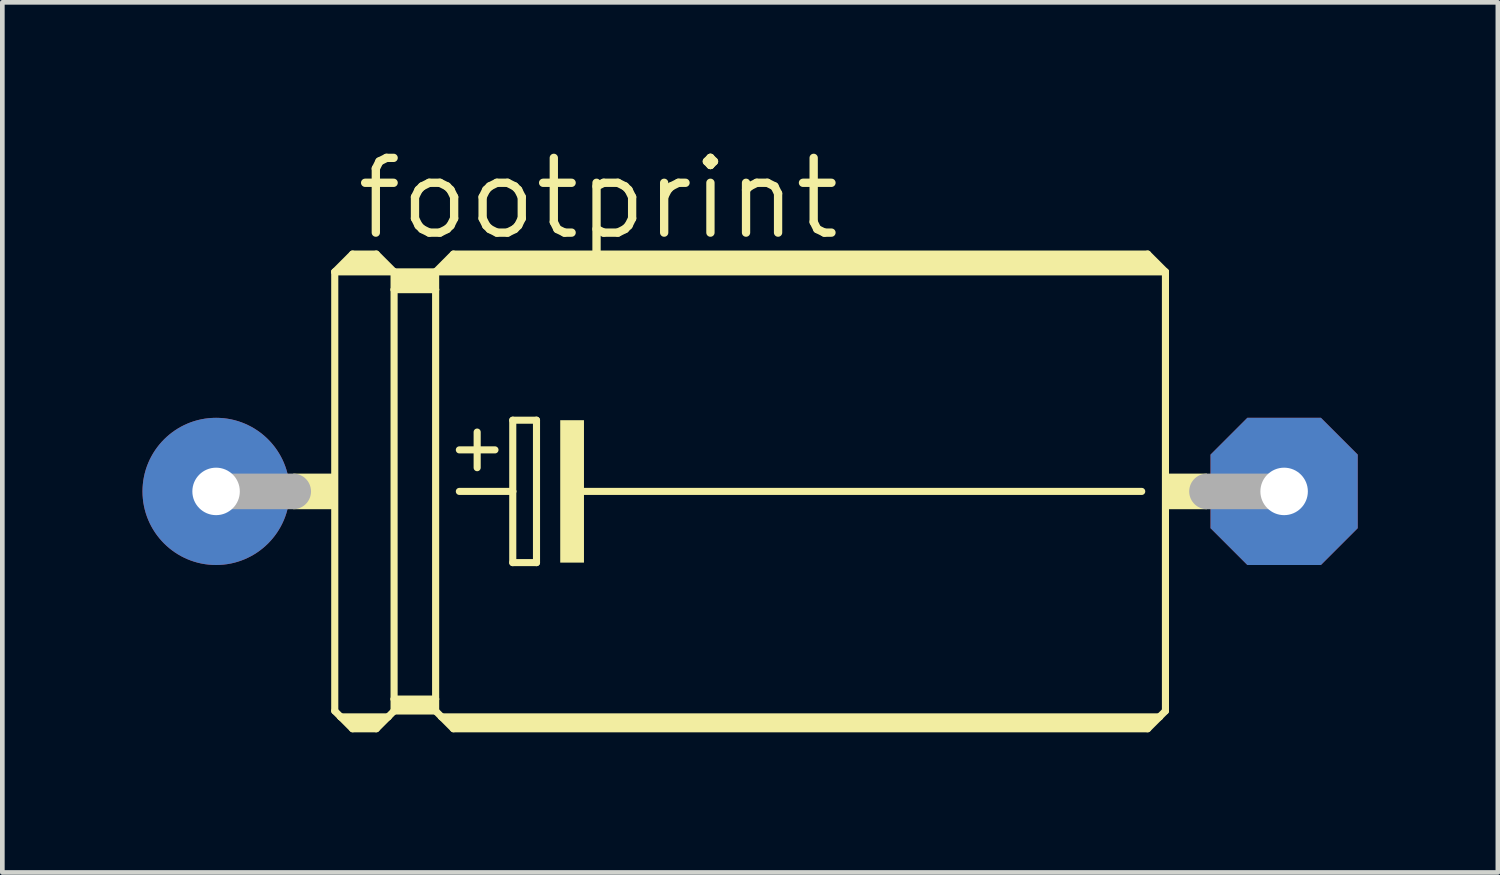
<source format=kicad_pcb>
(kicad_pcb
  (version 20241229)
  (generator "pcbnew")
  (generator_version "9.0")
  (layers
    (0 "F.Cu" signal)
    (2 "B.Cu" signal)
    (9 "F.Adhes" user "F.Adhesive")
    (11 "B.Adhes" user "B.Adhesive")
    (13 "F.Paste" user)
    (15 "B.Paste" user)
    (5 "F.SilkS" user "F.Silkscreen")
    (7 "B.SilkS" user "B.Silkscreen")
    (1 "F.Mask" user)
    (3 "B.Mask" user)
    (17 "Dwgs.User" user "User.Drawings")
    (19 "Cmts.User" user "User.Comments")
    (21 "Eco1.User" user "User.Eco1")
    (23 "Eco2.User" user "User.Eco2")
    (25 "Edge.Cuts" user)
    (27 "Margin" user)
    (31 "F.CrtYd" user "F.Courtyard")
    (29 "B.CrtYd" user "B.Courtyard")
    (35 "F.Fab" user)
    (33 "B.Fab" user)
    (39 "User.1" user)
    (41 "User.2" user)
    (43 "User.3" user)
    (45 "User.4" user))
  (footprint "footprint"
    (layer "F.Cu")
    (at 13.005 7.468)
    (property "Reference" "footprint" (at -8.509 -5.334 0) (layer "F.SilkS") (effects (font (size 1.6 1.6) (thickness 0.178)) (justify left bottom)))
    (fp_line (start -8.89 -4.699) (end -8.89 4.699) (stroke (width 0.152) (type solid)) (layer "F.SilkS"))
    (fp_line (start -8.89 -4.699) (end -8.509 -5.08) (stroke (width 0.152) (type solid)) (layer "F.SilkS"))
    (fp_line (start -8.89 -4.699) (end -7.62 -4.699) (stroke (width 0.152) (type solid)) (layer "F.SilkS"))
    (fp_line (start -8.89 4.699) (end -8.763 4.826) (stroke (width 0.152) (type solid)) (layer "F.SilkS"))
    (fp_line (start -8.763 4.826) (end -8.509 5.08) (stroke (width 0.152) (type solid)) (layer "F.SilkS"))
    (fp_line (start -8.763 4.826) (end -7.747 4.826) (stroke (width 0.152) (type solid)) (layer "F.SilkS"))
    (fp_line (start -8.636 -4.826) (end -7.874 -4.826) (stroke (width 0.305) (type solid)) (layer "F.SilkS"))
    (fp_line (start -8.509 -5.08) (end -8.001 -5.08) (stroke (width 0.152) (type solid)) (layer "F.SilkS"))
    (fp_line (start -8.509 -4.953) (end -8.001 -4.953) (stroke (width 0.305) (type solid)) (layer "F.SilkS"))
    (fp_line (start -8.509 4.953) (end -8.001 4.953) (stroke (width 0.254) (type solid)) (layer "F.SilkS"))
    (fp_line (start -8.509 5.08) (end -8.001 5.08) (stroke (width 0.152) (type solid)) (layer "F.SilkS"))
    (fp_line (start -7.747 4.826) (end -8.001 5.08) (stroke (width 0.152) (type solid)) (layer "F.SilkS"))
    (fp_line (start -7.62 -4.699) (end -8.001 -5.08) (stroke (width 0.152) (type solid)) (layer "F.SilkS"))
    (fp_line (start -7.62 -4.699) (end -7.62 -4.318) (stroke (width 0.152) (type solid)) (layer "F.SilkS"))
    (fp_line (start -7.62 -4.699) (end -6.731 -4.699) (stroke (width 0.152) (type solid)) (layer "F.SilkS"))
    (fp_line (start -7.62 -4.318) (end -6.731 -4.318) (stroke (width 0.152) (type solid)) (layer "F.SilkS"))
    (fp_line (start -7.62 4.445) (end -7.62 -4.318) (stroke (width 0.152) (type solid)) (layer "F.SilkS"))
    (fp_line (start -7.62 4.445) (end -6.731 4.445) (stroke (width 0.152) (type solid)) (layer "F.SilkS"))
    (fp_line (start -7.62 4.699) (end -7.747 4.826) (stroke (width 0.152) (type solid)) (layer "F.SilkS"))
    (fp_line (start -7.62 4.699) (end -7.62 4.445) (stroke (width 0.152) (type solid)) (layer "F.SilkS"))
    (fp_line (start -7.62 4.699) (end -6.731 4.699) (stroke (width 0.152) (type solid)) (layer "F.SilkS"))
    (fp_line (start -7.493 -4.572) (end -6.858 -4.572) (stroke (width 0.305) (type solid)) (layer "F.SilkS"))
    (fp_line (start -7.493 -4.445) (end -6.858 -4.445) (stroke (width 0.305) (type solid)) (layer "F.SilkS"))
    (fp_line (start -7.493 4.572) (end -6.858 4.572) (stroke (width 0.254) (type solid)) (layer "F.SilkS"))
    (fp_line (start -6.731 -4.699) (end -6.731 -4.318) (stroke (width 0.152) (type solid)) (layer "F.SilkS"))
    (fp_line (start -6.731 -4.699) (end 8.89 -4.699) (stroke (width 0.152) (type solid)) (layer "F.SilkS"))
    (fp_line (start -6.731 -4.318) (end -6.731 4.445) (stroke (width 0.152) (type solid)) (layer "F.SilkS"))
    (fp_line (start -6.731 4.445) (end -6.731 4.699) (stroke (width 0.152) (type solid)) (layer "F.SilkS"))
    (fp_line (start -6.604 4.826) (end -6.731 4.699) (stroke (width 0.152) (type solid)) (layer "F.SilkS"))
    (fp_line (start -6.604 4.826) (end 8.763 4.826) (stroke (width 0.152) (type solid)) (layer "F.SilkS"))
    (fp_line (start -6.477 -4.826) (end 8.636 -4.826) (stroke (width 0.305) (type solid)) (layer "F.SilkS"))
    (fp_line (start -6.35 -5.08) (end -6.731 -4.699) (stroke (width 0.152) (type solid)) (layer "F.SilkS"))
    (fp_line (start -6.35 -5.08) (end 8.509 -5.08) (stroke (width 0.152) (type solid)) (layer "F.SilkS"))
    (fp_line (start -6.35 -4.953) (end 8.509 -4.953) (stroke (width 0.305) (type solid)) (layer "F.SilkS"))
    (fp_line (start -6.35 4.953) (end 8.509 4.953) (stroke (width 0.254) (type solid)) (layer "F.SilkS"))
    (fp_line (start -6.35 5.08) (end -6.604 4.826) (stroke (width 0.152) (type solid)) (layer "F.SilkS"))
    (fp_line (start -6.35 5.08) (end 8.509 5.08) (stroke (width 0.152) (type solid)) (layer "F.SilkS"))
    (fp_line (start -6.223 -0.889) (end -5.461 -0.889) (stroke (width 0.152) (type solid)) (layer "F.SilkS"))
    (fp_line (start -6.223 0) (end -5.08 0) (stroke (width 0.152) (type solid)) (layer "F.SilkS"))
    (fp_line (start -5.842 -1.27) (end -5.842 -0.508) (stroke (width 0.152) (type solid)) (layer "F.SilkS"))
    (fp_line (start -5.08 -1.524) (end -5.08 0) (stroke (width 0.152) (type solid)) (layer "F.SilkS"))
    (fp_line (start -5.08 0) (end -5.08 1.524) (stroke (width 0.152) (type solid)) (layer "F.SilkS"))
    (fp_line (start -5.08 1.524) (end -4.572 1.524) (stroke (width 0.152) (type solid)) (layer "F.SilkS"))
    (fp_line (start -4.572 -1.524) (end -5.08 -1.524) (stroke (width 0.152) (type solid)) (layer "F.SilkS"))
    (fp_line (start -4.572 1.524) (end -4.572 -1.524) (stroke (width 0.152) (type solid)) (layer "F.SilkS"))
    (fp_line (start -3.683 0) (end 8.382 0) (stroke (width 0.152) (type solid)) (layer "F.SilkS"))
    (fp_line (start 8.509 -5.08) (end 8.89 -4.699) (stroke (width 0.152) (type solid)) (layer "F.SilkS"))
    (fp_line (start 8.509 5.08) (end 8.763 4.826) (stroke (width 0.152) (type solid)) (layer "F.SilkS"))
    (fp_line (start 8.763 4.826) (end 8.89 4.699) (stroke (width 0.152) (type solid)) (layer "F.SilkS"))
    (fp_line (start 8.89 -4.699) (end 8.89 4.699) (stroke (width 0.152) (type solid)) (layer "F.SilkS"))
    (fp_poly (pts (xy -9.779 0.381) (xy -8.89 0.381) (xy -8.89 -0.381) (xy -9.779 -0.381)) (stroke (width 0) (type solid)) (fill yes) (layer "F.SilkS"))
    (fp_poly (pts (xy -4.064 1.524) (xy -3.556 1.524) (xy -3.556 -1.524) (xy -4.064 -1.524)) (stroke (width 0) (type solid)) (fill yes) (layer "F.SilkS"))
    (fp_poly (pts (xy 8.89 0.381) (xy 9.779 0.381) (xy 9.779 -0.381) (xy 8.89 -0.381)) (stroke (width 0) (type solid)) (fill yes) (layer "F.SilkS"))
    (fp_line (start -11.43 0) (end -9.779 0) (stroke (width 0.762) (type solid)) (layer "F.Fab"))
    (fp_line (start 11.43 0) (end 9.779 0) (stroke (width 0.762) (type solid)) (layer "F.Fab"))
    (pad "+" thru_hole circle (at -11.43 0) (size 3.15 3.15) (drill 1.016) (layers "*.Cu" "*.Mask"))
    (pad "-" thru_hole roundrect (at 11.43 0) (size 3.15 3.15) (drill 1.016) (layers "*.Cu" "*.Mask") (roundrect_rratio 0.25) (chamfer_ratio 0.25) (chamfer top_left top_right bottom_left bottom_right)))
  (gr_rect
    (start -3 -3)
    (end 29.01 15.624)
    (stroke (width 0.1) (type default))
    (fill no)
    (layer "Edge.Cuts")))
</source>
